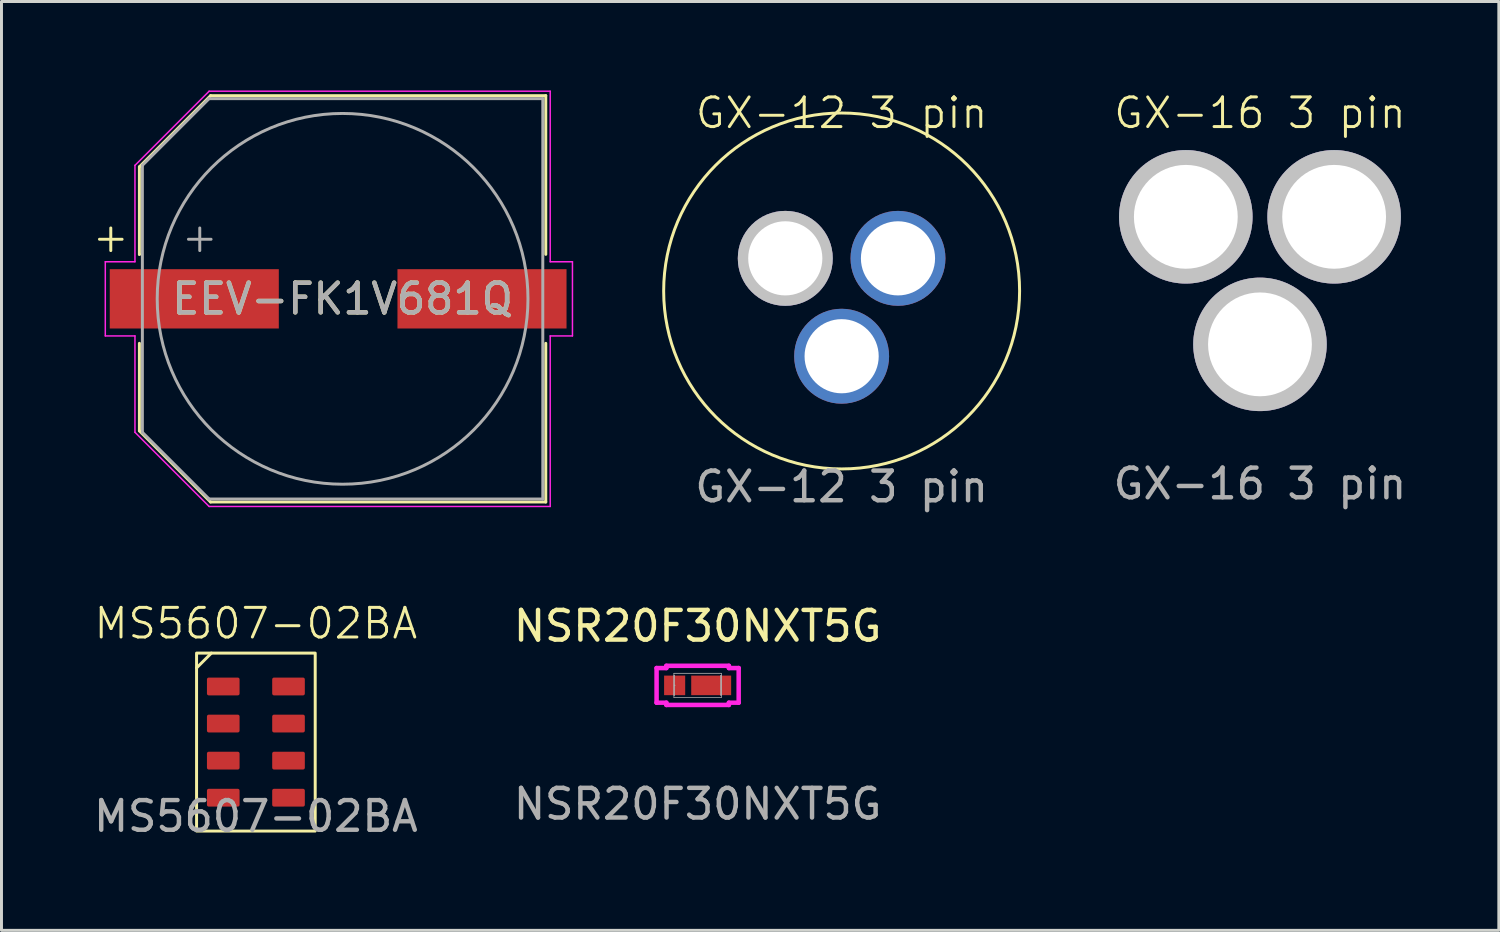
<source format=kicad_pcb>
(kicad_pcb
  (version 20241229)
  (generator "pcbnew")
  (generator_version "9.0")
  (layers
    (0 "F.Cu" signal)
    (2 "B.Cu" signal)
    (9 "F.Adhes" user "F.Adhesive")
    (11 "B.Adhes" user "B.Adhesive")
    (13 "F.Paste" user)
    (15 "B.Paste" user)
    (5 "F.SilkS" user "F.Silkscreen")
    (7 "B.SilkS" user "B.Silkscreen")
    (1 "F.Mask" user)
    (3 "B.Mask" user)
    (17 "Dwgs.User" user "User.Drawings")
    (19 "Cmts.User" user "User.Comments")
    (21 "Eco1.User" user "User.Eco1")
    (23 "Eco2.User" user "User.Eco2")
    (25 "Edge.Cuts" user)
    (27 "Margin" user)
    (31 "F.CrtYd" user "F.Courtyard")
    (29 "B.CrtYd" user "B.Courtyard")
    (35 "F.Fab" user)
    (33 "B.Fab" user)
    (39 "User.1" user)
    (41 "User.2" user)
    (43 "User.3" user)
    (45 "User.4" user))
  (footprint "EEV-FK1V681Q"
    (layer "F.Cu")
    (at 8.5 7.025)
    (property "Reference" "EEV-FK1V681Q" (at 0 0 0) (unlocked yes) (layer "F.SilkS") (effects (font (size 1 1) (thickness 0.15))))
    (attr smd)
    (fp_line (start -6.85 -4.45) (end -6.85 -1.5) (stroke (width 0.1) (type default)) (layer "F.SilkS"))
    (fp_line (start -6.85 -1.5) (end -6.85 -1.5) (stroke (width 0.1) (type default)) (layer "F.SilkS"))
    (fp_line (start -6.85 1.5) (end -6.85 4.45) (stroke (width 0.1) (type default)) (layer "F.SilkS"))
    (fp_line (start -6.85 4.45) (end -4.45 6.85) (stroke (width 0.1) (type default)) (layer "F.SilkS"))
    (fp_line (start -4.45 -6.85) (end -6.85 -4.45) (stroke (width 0.1) (type default)) (layer "F.SilkS"))
    (fp_line (start -4.45 -6.85) (end 6.85 -6.85) (stroke (width 0.1) (type default)) (layer "F.SilkS"))
    (fp_line (start -4.45 6.85) (end 6.85 6.85) (stroke (width 0.1) (type default)) (layer "F.SilkS"))
    (fp_line (start 6.85 -6.85) (end 6.85 -1.5) (stroke (width 0.1) (type default)) (layer "F.SilkS"))
    (fp_line (start 6.85 1.5) (end 6.85 6.85) (stroke (width 0.1) (type default)) (layer "F.SilkS"))
    (fp_line (start -8 -1.25) (end -8 1.25) (stroke (width 0.05) (type default)) (layer "F.CrtYd"))
    (fp_line (start -8 1.25) (end -7 1.25) (stroke (width 0.05) (type default)) (layer "F.CrtYd"))
    (fp_line (start -7 -4.5) (end -7 -1.25) (stroke (width 0.05) (type default)) (layer "F.CrtYd"))
    (fp_line (start -7 -1.25) (end -8 -1.25) (stroke (width 0.05) (type default)) (layer "F.CrtYd"))
    (fp_line (start -7 1.25) (end -7 4.5) (stroke (width 0.05) (type default)) (layer "F.CrtYd"))
    (fp_line (start -7 4.5) (end -4.5 7) (stroke (width 0.05) (type default)) (layer "F.CrtYd"))
    (fp_line (start -4.5 -7) (end -7 -4.5) (stroke (width 0.05) (type default)) (layer "F.CrtYd"))
    (fp_line (start -4.5 7) (end 7 7) (stroke (width 0.05) (type default)) (layer "F.CrtYd"))
    (fp_line (start 7 -7) (end -4.5 -7) (stroke (width 0.05) (type default)) (layer "F.CrtYd"))
    (fp_line (start 7 -1.25) (end 7 -7) (stroke (width 0.05) (type default)) (layer "F.CrtYd"))
    (fp_line (start 7 -1.25) (end 7.75 -1.25) (stroke (width 0.05) (type default)) (layer "F.CrtYd"))
    (fp_line (start 7 7) (end 7 1.25) (stroke (width 0.05) (type default)) (layer "F.CrtYd"))
    (fp_line (start 7.75 -1.25) (end 7.75 1.25) (stroke (width 0.05) (type default)) (layer "F.CrtYd"))
    (fp_line (start 7.75 1.25) (end 7 1.25) (stroke (width 0.05) (type default)) (layer "F.CrtYd"))
    (fp_line (start -6.75 -4.5) (end -6.75 4.5) (stroke (width 0.1) (type default)) (layer "F.Fab"))
    (fp_line (start -6.75 4.5) (end -4.5 6.75) (stroke (width 0.1) (type default)) (layer "F.Fab"))
    (fp_line (start -4.5 -6.75) (end -6.75 -4.5) (stroke (width 0.1) (type default)) (layer "F.Fab"))
    (fp_line (start -4.5 6.75) (end 6.75 6.75) (stroke (width 0.1) (type default)) (layer "F.Fab"))
    (fp_line (start 6.75 -6.75) (end -4.5 -6.75) (stroke (width 0.1) (type default)) (layer "F.Fab"))
    (fp_line (start 6.75 6.75) (end 6.75 -6.75) (stroke (width 0.1) (type default)) (layer "F.Fab"))
    (fp_circle (center 0 0) (end 6.25 0) (stroke (width 0.1) (type default)) (fill no) (layer "F.Fab"))
    (fp_text user "+" (at -8.5 -1.5 0) (unlocked yes) (layer "F.SilkS") (effects (font (size 1 1) (thickness 0.1)) (justify left bottom)))
    (fp_text user "${REFERENCE}" (at 0 0 0) (unlocked yes) (layer "F.Fab") (effects (font (size 1 1) (thickness 0.15))))
    (fp_text user "+" (at -5.5 -1.5 0) (unlocked yes) (layer "F.Fab") (effects (font (size 1 1) (thickness 0.1)) (justify left bottom)))
    (pad "1" smd rect (at -5 0) (size 5.7 2) (layers "F.Cu" "F.Mask" "F.Paste"))
    (pad "2" smd rect (at 4.7 0) (size 5.7 2) (layers "F.Cu" "F.Mask" "F.Paste")))
  (footprint "GX-12 3 pin"
    (layer "F.Cu")
    (at 25.325 3.66)
    (property "Reference" "GX-12 3 pin" (at 0 -2.9 0) (unlocked yes) (layer "F.SilkS") (effects (font (size 1 1) (thickness 0.1))))
    (attr smd)
    (fp_circle (center 0 3.1) (end 6 3.1) (stroke (width 0.1) (type solid)) (fill no) (layer "F.SilkS"))
    (fp_text user "${REFERENCE}" (at 0 9.7 0) (unlocked yes) (layer "F.Fab") (effects (font (size 1 1) (thickness 0.15))))
    (pad "1" thru_hole circle (at -1.9 2) (size 3.2 3.2) (drill 2.5) (layers "*.Cu" "*.Mask" "Dwgs.User"))
    (pad "2" thru_hole circle (at 0 5.3) (size 3.2 3.2) (drill 2.5) (layers "*.Cu" "*.Mask"))
    (pad "3" thru_hole circle (at 1.9 2) (size 3.2 3.2) (drill 2.5) (layers "*.Cu" "*.Mask")))
  (footprint "MS5607-02BA"
    (layer "F.Cu")
    (at 5.577 21.969)
    (property "Reference" "MS5607-02BA" (at 0 -4 0) (unlocked yes) (layer "F.SilkS") (effects (font (size 1 1) (thickness 0.1))))
    (attr smd)
    (fp_line (start -1.5 -3) (end -2 -2.5) (stroke (width 0.1) (type default)) (layer "F.SilkS"))
    (fp_rect (start -2 -3) (end 2 3) (stroke (width 0.1) (type default)) (fill no) (layer "F.SilkS"))
    (fp_text user "${REFERENCE}" (at 0 2.5 0) (unlocked yes) (layer "F.Fab") (effects (font (size 1 1) (thickness 0.15))))
    (pad "1" smd roundrect (at -1.1 -1.875) (size 1.1 0.6) (layers "F.Cu" "F.Mask" "F.Paste") (roundrect_rratio 0.1))
    (pad "2" smd roundrect (at -1.1 -0.625) (size 1.1 0.6) (layers "F.Cu" "F.Mask" "F.Paste") (roundrect_rratio 0.1))
    (pad "3" smd roundrect (at -1.1 0.625) (size 1.1 0.6) (layers "F.Cu" "F.Mask" "F.Paste") (roundrect_rratio 0.1))
    (pad "4" smd roundrect (at -1.1 1.875) (size 1.1 0.6) (layers "F.Cu" "F.Mask" "F.Paste") (roundrect_rratio 0.1))
    (pad "5" smd roundrect (at 1.1 1.875) (size 1.1 0.6) (layers "F.Cu" "F.Mask" "F.Paste") (roundrect_rratio 0.1))
    (pad "6" smd roundrect (at 1.1 0.625) (size 1.1 0.6) (layers "F.Cu" "F.Mask" "F.Paste") (roundrect_rratio 0.1))
    (pad "7" smd roundrect (at 1.1 -0.625) (size 1.1 0.6) (layers "F.Cu" "F.Mask" "F.Paste") (roundrect_rratio 0.1))
    (pad "8" smd roundrect (at 1.1 -1.875) (size 1.1 0.6) (layers "F.Cu" "F.Mask" "F.Paste") (roundrect_rratio 0.1)))
  (footprint "GX-16 3 pin"
    (layer "F.Cu")
    (at 39.429 1.26)
    (property "Reference" "GX-16 3 pin" (at 0 -0.5 0) (unlocked yes) (layer "F.SilkS") (effects (font (size 1 1) (thickness 0.1))))
    (attr smd)
    (fp_text user "${REFERENCE}" (at 0 12 0) (unlocked yes) (layer "F.Fab") (effects (font (size 1 1) (thickness 0.15))))
    (pad "1" thru_hole circle (at -2.5 3) (size 4.5 4.5) (drill 3.5) (layers "*.Cu" "*.Mask" "Dwgs.User"))
    (pad "2" thru_hole circle (at 0 7.3) (size 4.5 4.5) (drill 3.5) (layers "*.Cu" "*.Mask" "Dwgs.User" "Eco2.User"))
    (pad "3" thru_hole circle (at 2.5 3) (size 4.5 4.5) (drill 3.5) (layers "*.Cu" "*.Mask" "Dwgs.User")))
  (footprint "NSR20F30NXT5G"
    (layer "F.Cu")
    (at 20.47 20.057)
    (property "Reference" "NSR20F30NXT5G" (at 0 -2 0) (unlocked yes) (layer "F.SilkS") (effects (font (size 1 1) (thickness 0.15))))
    (attr smd)
    (fp_line (start -1.384 -0.584) (end -1.054 -0.584) (stroke (width 0.152) (type solid)) (layer "F.CrtYd"))
    (fp_line (start -1.384 0.584) (end -1.384 -0.584) (stroke (width 0.152) (type solid)) (layer "F.CrtYd"))
    (fp_line (start -1.054 -0.66) (end 1.054 -0.66) (stroke (width 0.152) (type solid)) (layer "F.CrtYd"))
    (fp_line (start -1.054 -0.584) (end -1.054 -0.66) (stroke (width 0.152) (type solid)) (layer "F.CrtYd"))
    (fp_line (start -1.054 0.584) (end -1.384 0.584) (stroke (width 0.152) (type solid)) (layer "F.CrtYd"))
    (fp_line (start -1.054 0.66) (end -1.054 0.584) (stroke (width 0.152) (type solid)) (layer "F.CrtYd"))
    (fp_line (start 1.054 -0.66) (end 1.054 -0.584) (stroke (width 0.152) (type solid)) (layer "F.CrtYd"))
    (fp_line (start 1.054 -0.584) (end 1.384 -0.584) (stroke (width 0.152) (type solid)) (layer "F.CrtYd"))
    (fp_line (start 1.054 0.584) (end 1.054 0.66) (stroke (width 0.152) (type solid)) (layer "F.CrtYd"))
    (fp_line (start 1.054 0.66) (end -1.054 0.66) (stroke (width 0.152) (type solid)) (layer "F.CrtYd"))
    (fp_line (start 1.384 -0.584) (end 1.384 0.584) (stroke (width 0.152) (type solid)) (layer "F.CrtYd"))
    (fp_line (start 1.384 0.584) (end 1.054 0.584) (stroke (width 0.152) (type solid)) (layer "F.CrtYd"))
    (fp_line (start -0.8 -0.406) (end -0.8 0.406) (stroke (width 0.025) (type solid)) (layer "F.Fab"))
    (fp_line (start -0.8 -0.33) (end -0.775 -0.33) (stroke (width 0.025) (type solid)) (layer "F.Fab"))
    (fp_line (start -0.8 0.33) (end -0.8 -0.33) (stroke (width 0.025) (type solid)) (layer "F.Fab"))
    (fp_line (start -0.8 0.406) (end 0.8 0.406) (stroke (width 0.025) (type solid)) (layer "F.Fab"))
    (fp_line (start -0.775 -0.33) (end -0.775 0.33) (stroke (width 0.025) (type solid)) (layer "F.Fab"))
    (fp_line (start -0.775 0.33) (end -0.8 0.33) (stroke (width 0.025) (type solid)) (layer "F.Fab"))
    (fp_line (start 0.775 -0.33) (end 0.8 -0.33) (stroke (width 0.025) (type solid)) (layer "F.Fab"))
    (fp_line (start 0.775 0.33) (end 0.775 -0.33) (stroke (width 0.025) (type solid)) (layer "F.Fab"))
    (fp_line (start 0.8 -0.406) (end -0.8 -0.406) (stroke (width 0.025) (type solid)) (layer "F.Fab"))
    (fp_line (start 0.8 -0.33) (end 0.8 0.33) (stroke (width 0.025) (type solid)) (layer "F.Fab"))
    (fp_line (start 0.8 0.33) (end 0.775 0.33) (stroke (width 0.025) (type solid)) (layer "F.Fab"))
    (fp_line (start 0.8 0.406) (end 0.8 -0.406) (stroke (width 0.025) (type solid)) (layer "F.Fab"))
    (fp_circle (center -0.775 0) (end -0.775 0) (stroke (width 0.025) (type solid)) (fill no) (layer "F.Fab"))
    (fp_text user "${REFERENCE}" (at 0 4 0) (unlocked yes) (layer "F.Fab") (effects (font (size 1 1) (thickness 0.15))))
    (pad "1" smd rect (at -0.775 0) (size 0.711 0.66) (layers "F.Cu" "F.Mask" "F.Paste"))
    (pad "2" smd rect (at 0.457 0) (size 1.346 0.66) (layers "F.Cu" "F.Mask" "F.Paste"))
    (zone (net_name "") (layer "F.Cu") (hatch full 0.508) (connect_pads) (min_thickness 0.254) (filled_areas_thickness no) (keepout (tracks not_allowed) (vias not_allowed) (pads allowed) (copperpour not_allowed) (footprints allowed)) (placement (enabled no)) (fill) (polygon (pts (xy 20.102 19.701) (xy 20.204 19.701) (xy 20.204 20.413) (xy 20.102 20.413)))))
  (gr_rect
    (start -3 -3)
    (end 47.482 28.317)
    (stroke (width 0.1) (type default))
    (fill no)
    (layer "Edge.Cuts")))
</source>
